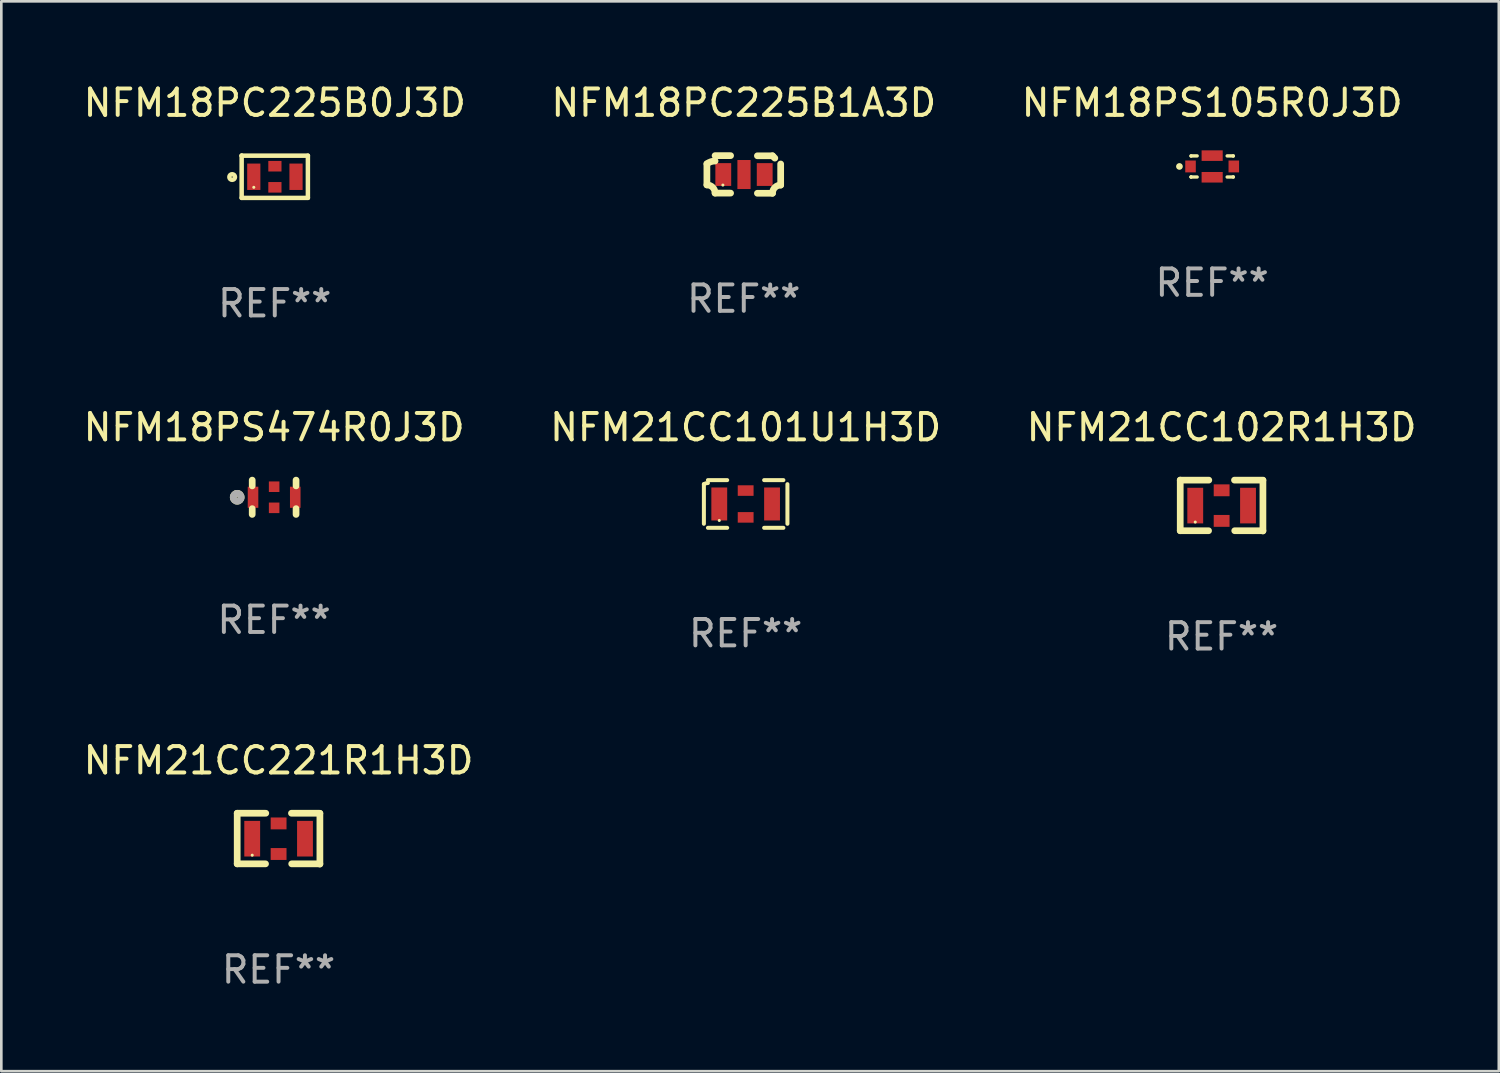
<source format=kicad_pcb>
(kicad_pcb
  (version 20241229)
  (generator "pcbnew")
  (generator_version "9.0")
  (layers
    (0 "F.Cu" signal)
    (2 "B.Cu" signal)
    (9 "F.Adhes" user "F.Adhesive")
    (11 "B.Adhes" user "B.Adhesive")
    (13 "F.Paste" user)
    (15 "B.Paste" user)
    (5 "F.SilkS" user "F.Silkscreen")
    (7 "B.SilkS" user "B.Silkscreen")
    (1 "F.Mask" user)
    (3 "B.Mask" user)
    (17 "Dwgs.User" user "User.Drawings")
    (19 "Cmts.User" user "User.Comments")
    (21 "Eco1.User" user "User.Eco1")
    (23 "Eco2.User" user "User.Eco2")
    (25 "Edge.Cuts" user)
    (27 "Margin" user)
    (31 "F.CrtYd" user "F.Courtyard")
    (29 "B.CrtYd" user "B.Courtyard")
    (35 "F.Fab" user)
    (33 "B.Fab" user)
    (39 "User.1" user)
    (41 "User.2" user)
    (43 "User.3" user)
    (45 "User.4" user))
  (footprint "NFM18PC225B0J3D"
    (layer "F.Cu")
    (at 7.363 3.649)
    (property "Reference" "NFM18PC225B0J3D" (at 0 -2.8 0) (layer "F.SilkS") (effects (font (size 1 1) (thickness 0.15))))
    (attr through_hole)
    (fp_line (start -1.255 -0.8) (end -1.255 -0.8) (stroke (width 0.17) (type solid)) (layer "F.SilkS"))
    (fp_line (start -1.255 -0.8) (end -1.255 0.8) (stroke (width 0.17) (type solid)) (layer "F.SilkS"))
    (fp_line (start -1.255 0.8) (end 1.255 0.8) (stroke (width 0.17) (type solid)) (layer "F.SilkS"))
    (fp_line (start 1.255 -0.8) (end -1.255 -0.8) (stroke (width 0.17) (type solid)) (layer "F.SilkS"))
    (fp_line (start 1.255 0.8) (end 1.255 -0.8) (stroke (width 0.17) (type solid)) (layer "F.SilkS"))
    (fp_circle (center -1.615 0.01) (end -1.508 0.01) (stroke (width 0.17) (type solid)) (fill no) (layer "F.SilkS"))
    (fp_circle (center -0.795 0.4) (end -0.765 0.4) (stroke (width 0.06) (type solid)) (fill no) (layer "F.SilkS"))
    (fp_text user "REF**" (at 0 4.8 0) (layer "F.Fab") (effects (font (size 1 1) (thickness 0.15))))
    (pad "1" smd rect (at -0.795 -0.000279 90) (size 1 0.5) (layers "F.Cu" "F.Mask" "F.Paste"))
    (pad "2" smd rect (at 0.005 -0.4 180) (size 0.5 0.4) (layers "F.Cu" "F.Mask" "F.Paste"))
    (pad "2" smd rect (at 0.005 0.4 180) (size 0.5 0.4) (layers "F.Cu" "F.Mask" "F.Paste"))
    (pad "3" smd rect (at 0.805 -0.000279 90) (size 1 0.5) (layers "F.Cu" "F.Mask" "F.Paste")))
  (footprint "NFM21CC221R1H3D"
    (layer "F.Cu")
    (at 7.506 28.733)
    (property "Reference" "NFM21CC221R1H3D" (at 0 -2.964 0) (layer "F.SilkS") (effects (font (size 1 1) (thickness 0.15))))
    (attr through_hole)
    (fp_line (start -1.567 -0.964) (end -0.484 -0.964) (stroke (width 0.254) (type solid)) (layer "F.SilkS"))
    (fp_line (start -1.567 0.954) (end -1.567 -0.964) (stroke (width 0.254) (type solid)) (layer "F.SilkS"))
    (fp_line (start -1.567 0.954) (end -0.493 0.954) (stroke (width 0.254) (type solid)) (layer "F.SilkS"))
    (fp_line (start 0.489 -0.964) (end 1.567 -0.964) (stroke (width 0.254) (type solid)) (layer "F.SilkS"))
    (fp_line (start 0.498 0.954) (end 1.567 0.954) (stroke (width 0.254) (type solid)) (layer "F.SilkS"))
    (fp_line (start 1.567 -0.955) (end 1.567 0.964) (stroke (width 0.254) (type solid)) (layer "F.SilkS"))
    (fp_circle (center -0.998 0.626) (end -0.968 0.626) (stroke (width 0.06) (type solid)) (fill no) (layer "F.SilkS"))
    (fp_text user "REF**" (at 0 4.964 0) (layer "F.Fab") (effects (font (size 1 1) (thickness 0.15))))
    (pad "1" smd rect (at -0.998 0.001) (size 0.6 1.35) (layers "F.Cu" "F.Mask" "F.Paste"))
    (pad "2" smd rect (at 0.002 -0.578) (size 0.6 0.45) (layers "F.Cu" "F.Mask" "F.Paste"))
    (pad "2" smd rect (at 0.002 0.581) (size 0.6 0.45) (layers "F.Cu" "F.Mask" "F.Paste"))
    (pad "3" smd rect (at 1.002 0.001) (size 0.6 1.35) (layers "F.Cu" "F.Mask" "F.Paste")))
  (footprint "NFM18PC225B1A3D"
    (layer "F.Cu")
    (at 25.137 3.561)
    (property "Reference" "NFM18PC225B1A3D" (at 0 -2.713 0) (layer "F.SilkS") (effects (font (size 1 1) (thickness 0.15))))
    (attr through_hole)
    (fp_line (start -1.398 -0.403) (end -1.398 0.397) (stroke (width 0.254) (type solid)) (layer "F.SilkS"))
    (fp_line (start -1.088 -0.713) (end -0.5 -0.713) (stroke (width 0.254) (type solid)) (layer "F.SilkS"))
    (fp_line (start -1.088 0.707) (end -0.5 0.707) (stroke (width 0.254) (type solid)) (layer "F.SilkS"))
    (fp_line (start 1.088 -0.707) (end 0.516 -0.707) (stroke (width 0.254) (type solid)) (layer "F.SilkS"))
    (fp_line (start 1.088 0.713) (end 0.516 0.713) (stroke (width 0.254) (type solid)) (layer "F.SilkS"))
    (fp_line (start 1.398 -0.397) (end 1.398 0.403) (stroke (width 0.254) (type solid)) (layer "F.SilkS"))
    (fp_arc (start -1.39779 -0.402908) (mid -1.251555 -0.481063) (end -1.08796 -0.508069) (stroke (width 0.254001) (type solid)) (layer "F.SilkS"))
    (fp_arc (start -1.39779 0.397066) (mid -1.178702 0.487827) (end -1.08796 0.706922) (stroke (width 0.254001) (type solid)) (layer "F.SilkS"))
    (fp_arc (start 1.087909 0.712738) (mid 1.178656 0.493655) (end 1.397739 0.402908) (stroke (width 0.254001) (type solid)) (layer "F.SilkS"))
    (fp_arc (start 1.175925 -0.618926) (mid 1.131917 -0.662923) (end 1.08791 -0.706922) (stroke (width 0.254001) (type solid)) (layer "F.SilkS"))
    (fp_circle (center -0.792 0.403) (end -0.762 0.403) (stroke (width 0.06) (type solid)) (fill no) (layer "F.SilkS"))
    (fp_text user "REF**" (at 0 4.713 0) (layer "F.Fab") (effects (font (size 1 1) (thickness 0.15))))
    (pad "1" smd rect (at -0.777 0.003) (size 0.6 0.864) (layers "F.Cu" "F.Mask" "F.Paste"))
    (pad "2" smd rect (at 0.008 0.003) (size 0.5 1.1) (layers "F.Cu" "F.Mask" "F.Paste"))
    (pad "3" smd rect (at 0.793 0.003) (size 0.6 0.864) (layers "F.Cu" "F.Mask" "F.Paste")))
  (footprint "NFM18PS105R0J3D"
    (layer "F.Cu")
    (at 42.887 3.258)
    (property "Reference" "NFM18PS105R0J3D" (at 0 -2.41 0) (layer "F.SilkS") (effects (font (size 1 1) (thickness 0.15))))
    (attr through_hole)
    (fp_line (start -0.8 -0.4) (end -0.568 -0.4) (stroke (width 0.127) (type solid)) (layer "F.SilkS"))
    (fp_line (start -0.8 -0.393) (end -0.8 -0.4) (stroke (width 0.127) (type solid)) (layer "F.SilkS"))
    (fp_line (start -0.8 0.4) (end -0.8 0.393) (stroke (width 0.127) (type solid)) (layer "F.SilkS"))
    (fp_line (start -0.568 0.4) (end -0.8 0.4) (stroke (width 0.127) (type solid)) (layer "F.SilkS"))
    (fp_line (start 0.568 -0.4) (end 0.8 -0.4) (stroke (width 0.127) (type solid)) (layer "F.SilkS"))
    (fp_line (start 0.8 -0.4) (end 0.8 -0.393) (stroke (width 0.127) (type solid)) (layer "F.SilkS"))
    (fp_line (start 0.8 0.393) (end 0.8 0.4) (stroke (width 0.127) (type solid)) (layer "F.SilkS"))
    (fp_line (start 0.8 0.4) (end 0.568 0.4) (stroke (width 0.127) (type solid)) (layer "F.SilkS"))
    (fp_circle (center -1.24 0) (end -1.176 0) (stroke (width 0.127) (type solid)) (fill no) (layer "F.SilkS"))
    (fp_circle (center -0.8 0.4) (end -0.77 0.4) (stroke (width 0.06) (type solid)) (fill no) (layer "F.SilkS"))
    (fp_text user "REF**" (at 0 4.41 0) (layer "F.Fab") (effects (font (size 1 1) (thickness 0.15))))
    (pad "1" smd rect (at -0.82 0) (size 0.4 0.45) (layers "F.Cu" "F.Mask" "F.Paste"))
    (pad "2" smd rect (at 0 -0.41) (size 0.8 0.4) (layers "F.Cu" "F.Mask" "F.Paste"))
    (pad "2" smd rect (at 0 0.41) (size 0.8 0.4) (layers "F.Cu" "F.Mask" "F.Paste"))
    (pad "3" smd rect (at 0.82 0) (size 0.4 0.45) (layers "F.Cu" "F.Mask" "F.Paste")))
  (footprint "NFM21CC102R1H3D"
    (layer "F.Cu")
    (at 43.244 16.109)
    (property "Reference" "NFM21CC102R1H3D" (at 0 -2.964 0) (layer "F.SilkS") (effects (font (size 1 1) (thickness 0.15))))
    (attr through_hole)
    (fp_line (start -1.567 -0.964) (end -0.484 -0.964) (stroke (width 0.254) (type solid)) (layer "F.SilkS"))
    (fp_line (start -1.567 0.954) (end -1.567 -0.964) (stroke (width 0.254) (type solid)) (layer "F.SilkS"))
    (fp_line (start -1.567 0.954) (end -0.493 0.954) (stroke (width 0.254) (type solid)) (layer "F.SilkS"))
    (fp_line (start 0.489 -0.964) (end 1.567 -0.964) (stroke (width 0.254) (type solid)) (layer "F.SilkS"))
    (fp_line (start 0.498 0.954) (end 1.567 0.954) (stroke (width 0.254) (type solid)) (layer "F.SilkS"))
    (fp_line (start 1.567 -0.955) (end 1.567 0.964) (stroke (width 0.254) (type solid)) (layer "F.SilkS"))
    (fp_circle (center -0.998 0.626) (end -0.968 0.626) (stroke (width 0.06) (type solid)) (fill no) (layer "F.SilkS"))
    (fp_text user "REF**" (at 0 4.964 0) (layer "F.Fab") (effects (font (size 1 1) (thickness 0.15))))
    (pad "1" smd rect (at -0.998 0.001) (size 0.6 1.35) (layers "F.Cu" "F.Mask" "F.Paste"))
    (pad "2" smd rect (at 0.002 -0.578) (size 0.6 0.45) (layers "F.Cu" "F.Mask" "F.Paste"))
    (pad "2" smd rect (at 0.002 0.581) (size 0.6 0.45) (layers "F.Cu" "F.Mask" "F.Paste"))
    (pad "3" smd rect (at 1.002 0.001) (size 0.6 1.35) (layers "F.Cu" "F.Mask" "F.Paste")))
  (footprint "NFM21CC101U1H3D"
    (layer "F.Cu")
    (at 25.208 16.049)
    (property "Reference" "NFM21CC101U1H3D" (at 0 -2.904 0) (layer "F.SilkS") (effects (font (size 1 1) (thickness 0.15))))
    (attr through_hole)
    (fp_line (start -1.583 0.751) (end -1.583 -0.751) (stroke (width 0.152) (type solid)) (layer "F.SilkS"))
    (fp_line (start -1.43 -0.904) (end -0.7 -0.904) (stroke (width 0.152) (type solid)) (layer "F.SilkS"))
    (fp_line (start -1.43 0.904) (end -0.7 0.904) (stroke (width 0.152) (type solid)) (layer "F.SilkS"))
    (fp_line (start 1.43 -0.904) (end 0.7 -0.904) (stroke (width 0.152) (type solid)) (layer "F.SilkS"))
    (fp_line (start 1.43 0.904) (end 0.7 0.904) (stroke (width 0.152) (type solid)) (layer "F.SilkS"))
    (fp_line (start 1.583 0.751) (end 1.583 -0.751) (stroke (width 0.152) (type solid)) (layer "F.SilkS"))
    (fp_arc (start -1.582601 -0.751207) (mid -1.509353 -0.783131) (end -1.4302 -0.794043) (stroke (width 0.1524) (type solid)) (layer "F.SilkS"))
    (fp_circle (center -1 0.625) (end -0.97 0.625) (stroke (width 0.06) (type solid)) (fill no) (layer "F.SilkS"))
    (fp_text user "REF**" (at 0 4.904 0) (layer "F.Fab") (effects (font (size 1 1) (thickness 0.15))))
    (pad "1" smd rect (at -1 0 90) (size 1.25 0.6) (layers "F.Cu" "F.Mask" "F.Paste"))
    (pad "2" smd rect (at 0 0.508 180) (size 0.6 0.4) (layers "F.Cu" "F.Mask" "F.Paste"))
    (pad "3" smd rect (at 1 0 90) (size 1.25 0.6) (layers "F.Cu" "F.Mask" "F.Paste"))
    (pad "4" smd rect (at 0 -0.508 90) (size 0.4 0.6) (layers "F.Cu" "F.Mask" "F.Paste")))
  (footprint "NFM18PS474R0J3D"
    (layer "F.Cu")
    (at 7.339 15.795)
    (property "Reference" "NFM18PS474R0J3D" (at 0 -2.65 0) (layer "F.SilkS") (effects (font (size 1 1) (thickness 0.15))))
    (attr through_hole)
    (fp_line (start -0.831 -0.65) (end -0.831 -0.431) (stroke (width 0.254) (type solid)) (layer "F.SilkS"))
    (fp_line (start -0.831 0.431) (end -0.831 0.65) (stroke (width 0.254) (type solid)) (layer "F.SilkS"))
    (fp_line (start 0.831 -0.65) (end 0.831 -0.431) (stroke (width 0.254) (type solid)) (layer "F.SilkS"))
    (fp_line (start 0.831 0.431) (end 0.831 0.65) (stroke (width 0.254) (type solid)) (layer "F.SilkS"))
    (fp_circle (center -1.4 0) (end -1.25 0) (stroke (width 0.254) (type solid)) (fill no) (layer "F.SilkS"))
    (fp_circle (center -0.8 0.4) (end -0.77 0.4) (stroke (width 0.06) (type solid)) (fill no) (layer "F.SilkS"))
    (fp_circle (center -1.4 0) (end -1.25 0) (stroke (width 0.254) (type solid)) (fill no) (layer "F.Fab"))
    (fp_text user "REF**" (at 0 4.65 0) (layer "F.Fab") (effects (font (size 1 1) (thickness 0.15))))
    (pad "1" smd rect (at -0.8 0) (size 0.4 0.8) (layers "F.Cu" "F.Mask" "F.Paste"))
    (pad "2" smd rect (at 0.000025 -0.4) (size 0.4 0.4) (layers "F.Cu" "F.Mask" "F.Paste"))
    (pad "2" smd rect (at 0.000025 0.4) (size 0.4 0.4) (layers "F.Cu" "F.Mask" "F.Paste"))
    (pad "3" smd rect (at 0.8 0) (size 0.4 0.8) (layers "F.Cu" "F.Mask" "F.Paste")))
  (gr_rect
    (start -3 -3)
    (end 53.75 37.545)
    (stroke (width 0.1) (type default))
    (fill no)
    (layer "Edge.Cuts")))
</source>
